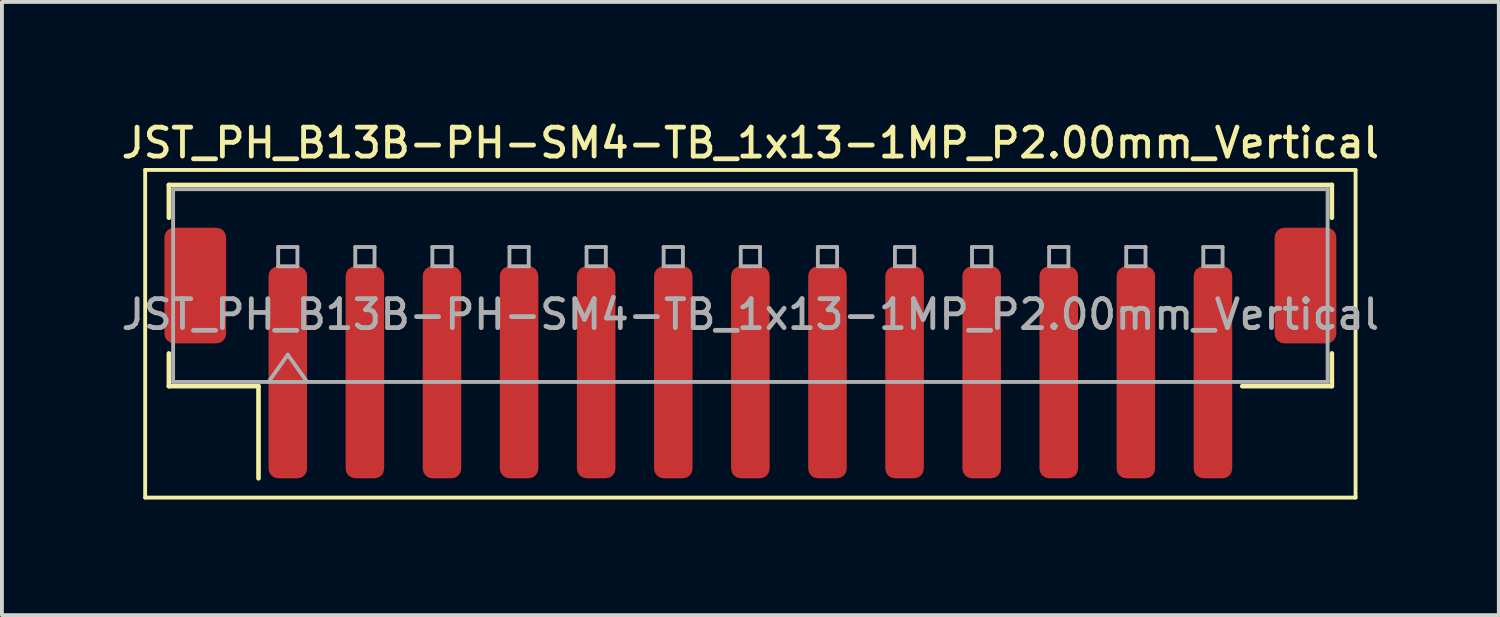
<source format=kicad_pcb>
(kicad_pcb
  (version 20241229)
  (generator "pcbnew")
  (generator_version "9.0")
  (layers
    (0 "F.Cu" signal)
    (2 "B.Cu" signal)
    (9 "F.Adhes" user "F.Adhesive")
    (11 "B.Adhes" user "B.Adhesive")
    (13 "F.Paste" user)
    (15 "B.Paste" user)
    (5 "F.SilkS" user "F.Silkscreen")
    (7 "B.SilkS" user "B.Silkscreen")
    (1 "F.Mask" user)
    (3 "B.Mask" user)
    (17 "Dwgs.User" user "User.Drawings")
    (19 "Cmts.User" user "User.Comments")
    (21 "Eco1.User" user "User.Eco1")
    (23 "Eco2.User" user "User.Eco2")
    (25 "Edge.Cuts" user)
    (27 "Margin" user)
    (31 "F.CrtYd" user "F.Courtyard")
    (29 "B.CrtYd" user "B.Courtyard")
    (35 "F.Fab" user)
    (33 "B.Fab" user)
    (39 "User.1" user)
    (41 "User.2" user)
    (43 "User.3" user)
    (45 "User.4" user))
  (footprint "JST_PH_B13B-PH-SM4-TB_1x13-1MP_P2.00mm_Vertical"
    (layer "F.Cu")
    (at 16.416 6.108)
    (property "Reference" "JST_PH_B13B-PH-SM4-TB_1x13-1MP_P2.00mm_Vertical" (at 0 -5.45 0) (layer "F.SilkS") (effects (font (size 0.75 0.75) (thickness 0.125))))
    (attr smd)
    (fp_line (start -15.7 -4.75) (end -15.7 3.75) (stroke (width 0.1) (type solid)) (layer "F.SilkS"))
    (fp_line (start -15.7 3.75) (end 15.7 3.75) (stroke (width 0.1) (type solid)) (layer "F.SilkS"))
    (fp_line (start -15.085 -4.36) (end 15.085 -4.36) (stroke (width 0.12) (type solid)) (layer "F.SilkS"))
    (fp_line (start -15.085 -3.51) (end -15.085 -4.36) (stroke (width 0.12) (type solid)) (layer "F.SilkS"))
    (fp_line (start -15.085 0.01) (end -15.085 0.86) (stroke (width 0.12) (type solid)) (layer "F.SilkS"))
    (fp_line (start -15.085 0.86) (end -12.76 0.86) (stroke (width 0.12) (type solid)) (layer "F.SilkS"))
    (fp_line (start -12.76 0.86) (end -12.76 3.25) (stroke (width 0.12) (type solid)) (layer "F.SilkS"))
    (fp_line (start 15.085 -4.36) (end 15.085 -3.51) (stroke (width 0.12) (type solid)) (layer "F.SilkS"))
    (fp_line (start 15.085 0.01) (end 15.085 0.86) (stroke (width 0.12) (type solid)) (layer "F.SilkS"))
    (fp_line (start 15.085 0.86) (end 12.76 0.86) (stroke (width 0.12) (type solid)) (layer "F.SilkS"))
    (fp_line (start 15.7 -4.75) (end -15.7 -4.75) (stroke (width 0.1) (type solid)) (layer "F.SilkS"))
    (fp_line (start 15.7 3.75) (end 15.7 -4.75) (stroke (width 0.1) (type solid)) (layer "F.SilkS"))
    (fp_line (start -14.975 -4.25) (end 14.975 -4.25) (stroke (width 0.1) (type solid)) (layer "F.Fab"))
    (fp_line (start -14.975 0.75) (end -14.975 -4.25) (stroke (width 0.1) (type solid)) (layer "F.Fab"))
    (fp_line (start -14.975 0.75) (end 14.975 0.75) (stroke (width 0.1) (type solid)) (layer "F.Fab"))
    (fp_line (start -12.5 0.75) (end -12 0.043) (stroke (width 0.1) (type solid)) (layer "F.Fab"))
    (fp_line (start -12.25 -2.75) (end -12.25 -2.25) (stroke (width 0.1) (type solid)) (layer "F.Fab"))
    (fp_line (start -12.25 -2.25) (end -11.75 -2.25) (stroke (width 0.1) (type solid)) (layer "F.Fab"))
    (fp_line (start -12 0.043) (end -11.5 0.75) (stroke (width 0.1) (type solid)) (layer "F.Fab"))
    (fp_line (start -11.75 -2.75) (end -12.25 -2.75) (stroke (width 0.1) (type solid)) (layer "F.Fab"))
    (fp_line (start -11.75 -2.25) (end -11.75 -2.75) (stroke (width 0.1) (type solid)) (layer "F.Fab"))
    (fp_line (start -10.25 -2.75) (end -10.25 -2.25) (stroke (width 0.1) (type solid)) (layer "F.Fab"))
    (fp_line (start -10.25 -2.25) (end -9.75 -2.25) (stroke (width 0.1) (type solid)) (layer "F.Fab"))
    (fp_line (start -9.75 -2.75) (end -10.25 -2.75) (stroke (width 0.1) (type solid)) (layer "F.Fab"))
    (fp_line (start -9.75 -2.25) (end -9.75 -2.75) (stroke (width 0.1) (type solid)) (layer "F.Fab"))
    (fp_line (start -8.25 -2.75) (end -8.25 -2.25) (stroke (width 0.1) (type solid)) (layer "F.Fab"))
    (fp_line (start -8.25 -2.25) (end -7.75 -2.25) (stroke (width 0.1) (type solid)) (layer "F.Fab"))
    (fp_line (start -7.75 -2.75) (end -8.25 -2.75) (stroke (width 0.1) (type solid)) (layer "F.Fab"))
    (fp_line (start -7.75 -2.25) (end -7.75 -2.75) (stroke (width 0.1) (type solid)) (layer "F.Fab"))
    (fp_line (start -6.25 -2.75) (end -6.25 -2.25) (stroke (width 0.1) (type solid)) (layer "F.Fab"))
    (fp_line (start -6.25 -2.25) (end -5.75 -2.25) (stroke (width 0.1) (type solid)) (layer "F.Fab"))
    (fp_line (start -5.75 -2.75) (end -6.25 -2.75) (stroke (width 0.1) (type solid)) (layer "F.Fab"))
    (fp_line (start -5.75 -2.25) (end -5.75 -2.75) (stroke (width 0.1) (type solid)) (layer "F.Fab"))
    (fp_line (start -4.25 -2.75) (end -4.25 -2.25) (stroke (width 0.1) (type solid)) (layer "F.Fab"))
    (fp_line (start -4.25 -2.25) (end -3.75 -2.25) (stroke (width 0.1) (type solid)) (layer "F.Fab"))
    (fp_line (start -3.75 -2.75) (end -4.25 -2.75) (stroke (width 0.1) (type solid)) (layer "F.Fab"))
    (fp_line (start -3.75 -2.25) (end -3.75 -2.75) (stroke (width 0.1) (type solid)) (layer "F.Fab"))
    (fp_line (start -2.25 -2.75) (end -2.25 -2.25) (stroke (width 0.1) (type solid)) (layer "F.Fab"))
    (fp_line (start -2.25 -2.25) (end -1.75 -2.25) (stroke (width 0.1) (type solid)) (layer "F.Fab"))
    (fp_line (start -1.75 -2.75) (end -2.25 -2.75) (stroke (width 0.1) (type solid)) (layer "F.Fab"))
    (fp_line (start -1.75 -2.25) (end -1.75 -2.75) (stroke (width 0.1) (type solid)) (layer "F.Fab"))
    (fp_line (start -0.25 -2.75) (end -0.25 -2.25) (stroke (width 0.1) (type solid)) (layer "F.Fab"))
    (fp_line (start -0.25 -2.25) (end 0.25 -2.25) (stroke (width 0.1) (type solid)) (layer "F.Fab"))
    (fp_line (start 0.25 -2.75) (end -0.25 -2.75) (stroke (width 0.1) (type solid)) (layer "F.Fab"))
    (fp_line (start 0.25 -2.25) (end 0.25 -2.75) (stroke (width 0.1) (type solid)) (layer "F.Fab"))
    (fp_line (start 1.75 -2.75) (end 1.75 -2.25) (stroke (width 0.1) (type solid)) (layer "F.Fab"))
    (fp_line (start 1.75 -2.25) (end 2.25 -2.25) (stroke (width 0.1) (type solid)) (layer "F.Fab"))
    (fp_line (start 2.25 -2.75) (end 1.75 -2.75) (stroke (width 0.1) (type solid)) (layer "F.Fab"))
    (fp_line (start 2.25 -2.25) (end 2.25 -2.75) (stroke (width 0.1) (type solid)) (layer "F.Fab"))
    (fp_line (start 3.75 -2.75) (end 3.75 -2.25) (stroke (width 0.1) (type solid)) (layer "F.Fab"))
    (fp_line (start 3.75 -2.25) (end 4.25 -2.25) (stroke (width 0.1) (type solid)) (layer "F.Fab"))
    (fp_line (start 4.25 -2.75) (end 3.75 -2.75) (stroke (width 0.1) (type solid)) (layer "F.Fab"))
    (fp_line (start 4.25 -2.25) (end 4.25 -2.75) (stroke (width 0.1) (type solid)) (layer "F.Fab"))
    (fp_line (start 5.75 -2.75) (end 5.75 -2.25) (stroke (width 0.1) (type solid)) (layer "F.Fab"))
    (fp_line (start 5.75 -2.25) (end 6.25 -2.25) (stroke (width 0.1) (type solid)) (layer "F.Fab"))
    (fp_line (start 6.25 -2.75) (end 5.75 -2.75) (stroke (width 0.1) (type solid)) (layer "F.Fab"))
    (fp_line (start 6.25 -2.25) (end 6.25 -2.75) (stroke (width 0.1) (type solid)) (layer "F.Fab"))
    (fp_line (start 7.75 -2.75) (end 7.75 -2.25) (stroke (width 0.1) (type solid)) (layer "F.Fab"))
    (fp_line (start 7.75 -2.25) (end 8.25 -2.25) (stroke (width 0.1) (type solid)) (layer "F.Fab"))
    (fp_line (start 8.25 -2.75) (end 7.75 -2.75) (stroke (width 0.1) (type solid)) (layer "F.Fab"))
    (fp_line (start 8.25 -2.25) (end 8.25 -2.75) (stroke (width 0.1) (type solid)) (layer "F.Fab"))
    (fp_line (start 9.75 -2.75) (end 9.75 -2.25) (stroke (width 0.1) (type solid)) (layer "F.Fab"))
    (fp_line (start 9.75 -2.25) (end 10.25 -2.25) (stroke (width 0.1) (type solid)) (layer "F.Fab"))
    (fp_line (start 10.25 -2.75) (end 9.75 -2.75) (stroke (width 0.1) (type solid)) (layer "F.Fab"))
    (fp_line (start 10.25 -2.25) (end 10.25 -2.75) (stroke (width 0.1) (type solid)) (layer "F.Fab"))
    (fp_line (start 11.75 -2.75) (end 11.75 -2.25) (stroke (width 0.1) (type solid)) (layer "F.Fab"))
    (fp_line (start 11.75 -2.25) (end 12.25 -2.25) (stroke (width 0.1) (type solid)) (layer "F.Fab"))
    (fp_line (start 12.25 -2.75) (end 11.75 -2.75) (stroke (width 0.1) (type solid)) (layer "F.Fab"))
    (fp_line (start 12.25 -2.25) (end 12.25 -2.75) (stroke (width 0.1) (type solid)) (layer "F.Fab"))
    (fp_line (start 14.975 0.75) (end 14.975 -4.25) (stroke (width 0.1) (type solid)) (layer "F.Fab"))
    (fp_text user "${REFERENCE}" (at 0 -1 0) (layer "F.Fab") (effects (font (size 0.75 0.75) (thickness 0.125))))
    (pad "1" smd roundrect (at -12 0.5) (size 1 5.5) (layers "F.Cu" "F.Mask" "F.Paste") (roundrect_rratio 0.25))
    (pad "2" smd roundrect (at -10 0.5) (size 1 5.5) (layers "F.Cu" "F.Mask" "F.Paste") (roundrect_rratio 0.25))
    (pad "3" smd roundrect (at -8 0.5) (size 1 5.5) (layers "F.Cu" "F.Mask" "F.Paste") (roundrect_rratio 0.25))
    (pad "4" smd roundrect (at -6 0.5) (size 1 5.5) (layers "F.Cu" "F.Mask" "F.Paste") (roundrect_rratio 0.25))
    (pad "5" smd roundrect (at -4 0.5) (size 1 5.5) (layers "F.Cu" "F.Mask" "F.Paste") (roundrect_rratio 0.25))
    (pad "6" smd roundrect (at -2 0.5) (size 1 5.5) (layers "F.Cu" "F.Mask" "F.Paste") (roundrect_rratio 0.25))
    (pad "7" smd roundrect (at 0 0.5) (size 1 5.5) (layers "F.Cu" "F.Mask" "F.Paste") (roundrect_rratio 0.25))
    (pad "8" smd roundrect (at 2 0.5) (size 1 5.5) (layers "F.Cu" "F.Mask" "F.Paste") (roundrect_rratio 0.25))
    (pad "9" smd roundrect (at 4 0.5) (size 1 5.5) (layers "F.Cu" "F.Mask" "F.Paste") (roundrect_rratio 0.25))
    (pad "10" smd roundrect (at 6 0.5) (size 1 5.5) (layers "F.Cu" "F.Mask" "F.Paste") (roundrect_rratio 0.25))
    (pad "11" smd roundrect (at 8 0.5) (size 1 5.5) (layers "F.Cu" "F.Mask" "F.Paste") (roundrect_rratio 0.25))
    (pad "12" smd roundrect (at 10 0.5) (size 1 5.5) (layers "F.Cu" "F.Mask" "F.Paste") (roundrect_rratio 0.25))
    (pad "13" smd roundrect (at 12 0.5) (size 1 5.5) (layers "F.Cu" "F.Mask" "F.Paste") (roundrect_rratio 0.25))
    (pad "MP" smd roundrect (at -14.4 -1.75) (size 1.6 3) (layers "F.Cu" "F.Mask" "F.Paste") (roundrect_rratio 0.156))
    (pad "MP" smd roundrect (at 14.4 -1.75) (size 1.6 3) (layers "F.Cu" "F.Mask" "F.Paste") (roundrect_rratio 0.156)))
  (gr_rect
    (start -3 -3)
    (end 35.832 12.908)
    (stroke (width 0.1) (type default))
    (fill no)
    (layer "Edge.Cuts")))
</source>
